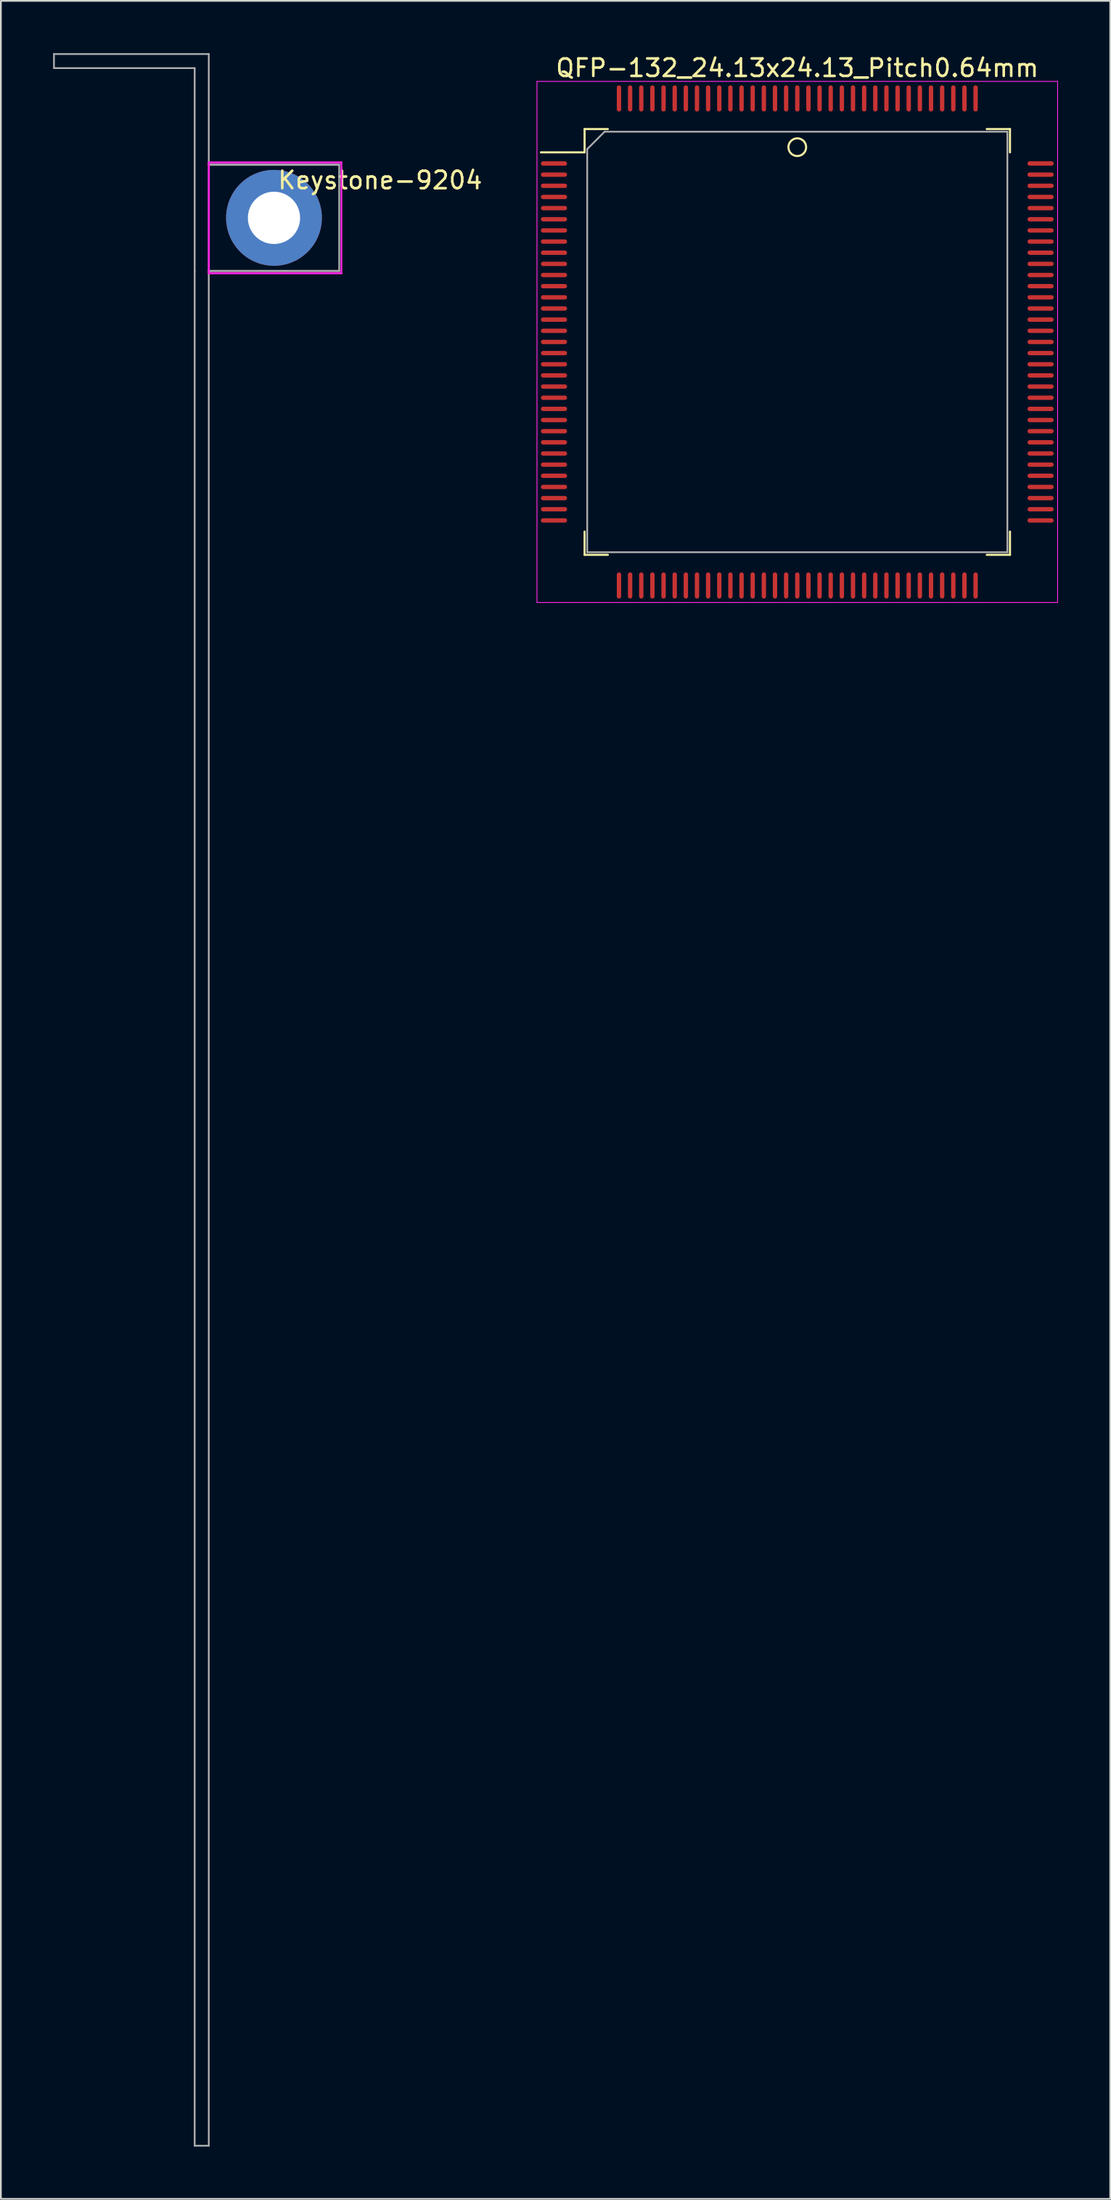
<source format=kicad_pcb>
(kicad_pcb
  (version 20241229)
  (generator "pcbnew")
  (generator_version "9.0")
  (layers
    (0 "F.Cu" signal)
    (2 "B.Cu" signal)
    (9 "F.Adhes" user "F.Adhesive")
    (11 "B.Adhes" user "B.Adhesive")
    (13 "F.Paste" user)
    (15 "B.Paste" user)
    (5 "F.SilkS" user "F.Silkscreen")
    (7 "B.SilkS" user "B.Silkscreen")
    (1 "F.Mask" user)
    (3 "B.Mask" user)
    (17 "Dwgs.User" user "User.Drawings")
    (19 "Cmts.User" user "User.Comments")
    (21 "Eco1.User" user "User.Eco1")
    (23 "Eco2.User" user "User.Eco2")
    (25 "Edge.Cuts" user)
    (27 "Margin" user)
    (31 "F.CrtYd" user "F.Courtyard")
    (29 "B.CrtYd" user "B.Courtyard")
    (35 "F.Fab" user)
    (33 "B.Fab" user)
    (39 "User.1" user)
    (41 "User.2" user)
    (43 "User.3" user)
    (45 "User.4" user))
  (footprint "QFP-132_24.13x24.13_Pitch0.64mm"
    (layer "F.Cu")
    (at 42.738 16.571)
    (property "Reference" "QFP-132_24.13x24.13_Pitch0.64mm" (at 0 -15.723 0) (layer "F.SilkS") (effects (font (size 1 1) (thickness 0.15))))
    (attr through_hole)
    (fp_line (start -12.215 -12.215) (end -12.215 -10.88) (stroke (width 0.12) (type solid)) (layer "F.SilkS"))
    (fp_line (start -12.215 -10.88) (end -14.723 -10.88) (stroke (width 0.12) (type solid)) (layer "F.SilkS"))
    (fp_line (start -12.215 12.215) (end -12.215 10.88) (stroke (width 0.12) (type solid)) (layer "F.SilkS"))
    (fp_line (start -10.88 -12.215) (end -12.215 -12.215) (stroke (width 0.12) (type solid)) (layer "F.SilkS"))
    (fp_line (start -10.88 12.215) (end -12.215 12.215) (stroke (width 0.12) (type solid)) (layer "F.SilkS"))
    (fp_line (start 10.88 -12.215) (end 12.215 -12.215) (stroke (width 0.12) (type solid)) (layer "F.SilkS"))
    (fp_line (start 10.88 12.215) (end 12.215 12.215) (stroke (width 0.12) (type solid)) (layer "F.SilkS"))
    (fp_line (start 12.215 -12.215) (end 12.215 -10.88) (stroke (width 0.12) (type solid)) (layer "F.SilkS"))
    (fp_line (start 12.215 12.215) (end 12.215 10.88) (stroke (width 0.12) (type solid)) (layer "F.SilkS"))
    (fp_circle (center 0 -11.176) (end 0 -11.684) (stroke (width 0.12) (type solid)) (fill no) (layer "F.SilkS"))
    (fp_line (start -14.95 -14.95) (end 14.95 -14.95) (stroke (width 0.05) (type solid)) (layer "F.CrtYd"))
    (fp_line (start -14.95 14.95) (end -14.95 -14.95) (stroke (width 0.05) (type solid)) (layer "F.CrtYd"))
    (fp_line (start 14.95 -14.95) (end 14.95 14.95) (stroke (width 0.05) (type solid)) (layer "F.CrtYd"))
    (fp_line (start 14.95 14.95) (end -14.95 14.95) (stroke (width 0.05) (type solid)) (layer "F.CrtYd"))
    (fp_line (start -12.065 -11.065) (end -12.065 12.065) (stroke (width 0.1) (type solid)) (layer "F.Fab"))
    (fp_line (start -12.065 12.065) (end 12.065 12.065) (stroke (width 0.1) (type solid)) (layer "F.Fab"))
    (fp_line (start -11.065 -12.065) (end -12.065 -11.065) (stroke (width 0.1) (type solid)) (layer "F.Fab"))
    (fp_line (start 12.065 -12.065) (end -11.065 -12.065) (stroke (width 0.1) (type solid)) (layer "F.Fab"))
    (fp_line (start 12.065 12.065) (end 12.065 -12.065) (stroke (width 0.1) (type solid)) (layer "F.Fab"))
    (pad "1" smd oval (at 0 -13.973) (size 0.25 1.5) (layers "F.Cu" "F.Mask" "F.Paste"))
    (pad "2" smd oval (at -0.64 -13.973) (size 0.25 1.5) (layers "F.Cu" "F.Mask" "F.Paste"))
    (pad "3" smd oval (at -1.28 -13.973) (size 0.25 1.5) (layers "F.Cu" "F.Mask" "F.Paste"))
    (pad "4" smd oval (at -1.92 -13.973) (size 0.25 1.5) (layers "F.Cu" "F.Mask" "F.Paste"))
    (pad "5" smd oval (at -2.56 -13.973) (size 0.25 1.5) (layers "F.Cu" "F.Mask" "F.Paste"))
    (pad "6" smd oval (at -3.2 -13.973) (size 0.25 1.5) (layers "F.Cu" "F.Mask" "F.Paste"))
    (pad "7" smd oval (at -3.84 -13.973) (size 0.25 1.5) (layers "F.Cu" "F.Mask" "F.Paste"))
    (pad "8" smd oval (at -4.48 -13.973) (size 0.25 1.5) (layers "F.Cu" "F.Mask" "F.Paste"))
    (pad "9" smd oval (at -5.12 -13.973) (size 0.25 1.5) (layers "F.Cu" "F.Mask" "F.Paste"))
    (pad "10" smd oval (at -5.76 -13.973) (size 0.25 1.5) (layers "F.Cu" "F.Mask" "F.Paste"))
    (pad "11" smd oval (at -6.4 -13.973) (size 0.25 1.5) (layers "F.Cu" "F.Mask" "F.Paste"))
    (pad "12" smd oval (at -7.04 -13.973) (size 0.25 1.5) (layers "F.Cu" "F.Mask" "F.Paste"))
    (pad "13" smd oval (at -7.68 -13.973) (size 0.25 1.5) (layers "F.Cu" "F.Mask" "F.Paste"))
    (pad "14" smd oval (at -8.32 -13.973) (size 0.25 1.5) (layers "F.Cu" "F.Mask" "F.Paste"))
    (pad "15" smd oval (at -8.96 -13.973) (size 0.25 1.5) (layers "F.Cu" "F.Mask" "F.Paste"))
    (pad "16" smd oval (at -9.6 -13.973) (size 0.25 1.5) (layers "F.Cu" "F.Mask" "F.Paste"))
    (pad "17" smd oval (at -10.24 -13.973) (size 0.25 1.5) (layers "F.Cu" "F.Mask" "F.Paste"))
    (pad "18" smd oval (at -13.973 -10.24 90) (size 0.25 1.5) (layers "F.Cu" "F.Mask" "F.Paste"))
    (pad "19" smd oval (at -13.973 -9.6 90) (size 0.25 1.5) (layers "F.Cu" "F.Mask" "F.Paste"))
    (pad "20" smd oval (at -13.973 -8.96 90) (size 0.25 1.5) (layers "F.Cu" "F.Mask" "F.Paste"))
    (pad "21" smd oval (at -13.973 -8.32 90) (size 0.25 1.5) (layers "F.Cu" "F.Mask" "F.Paste"))
    (pad "22" smd oval (at -13.973 -7.68 90) (size 0.25 1.5) (layers "F.Cu" "F.Mask" "F.Paste"))
    (pad "23" smd oval (at -13.973 -7.04 90) (size 0.25 1.5) (layers "F.Cu" "F.Mask" "F.Paste"))
    (pad "24" smd oval (at -13.973 -6.4 90) (size 0.25 1.5) (layers "F.Cu" "F.Mask" "F.Paste"))
    (pad "25" smd oval (at -13.973 -5.76 90) (size 0.25 1.5) (layers "F.Cu" "F.Mask" "F.Paste"))
    (pad "26" smd oval (at -13.973 -5.12 90) (size 0.25 1.5) (layers "F.Cu" "F.Mask" "F.Paste"))
    (pad "27" smd oval (at -13.973 -4.48 90) (size 0.25 1.5) (layers "F.Cu" "F.Mask" "F.Paste"))
    (pad "28" smd oval (at -13.973 -3.84 90) (size 0.25 1.5) (layers "F.Cu" "F.Mask" "F.Paste"))
    (pad "29" smd oval (at -13.973 -3.2 90) (size 0.25 1.5) (layers "F.Cu" "F.Mask" "F.Paste"))
    (pad "30" smd oval (at -13.973 -2.56 90) (size 0.25 1.5) (layers "F.Cu" "F.Mask" "F.Paste"))
    (pad "31" smd oval (at -13.973 -1.92 90) (size 0.25 1.5) (layers "F.Cu" "F.Mask" "F.Paste"))
    (pad "32" smd oval (at -13.973 -1.28 90) (size 0.25 1.5) (layers "F.Cu" "F.Mask" "F.Paste"))
    (pad "33" smd oval (at -13.973 -0.64 90) (size 0.25 1.5) (layers "F.Cu" "F.Mask" "F.Paste"))
    (pad "34" smd oval (at -13.973 0 90) (size 0.25 1.5) (layers "F.Cu" "F.Mask" "F.Paste"))
    (pad "35" smd oval (at -13.973 0.64 90) (size 0.25 1.5) (layers "F.Cu" "F.Mask" "F.Paste"))
    (pad "36" smd oval (at -13.973 1.28 90) (size 0.25 1.5) (layers "F.Cu" "F.Mask" "F.Paste"))
    (pad "37" smd oval (at -13.973 1.92 90) (size 0.25 1.5) (layers "F.Cu" "F.Mask" "F.Paste"))
    (pad "38" smd oval (at -13.973 2.56 90) (size 0.25 1.5) (layers "F.Cu" "F.Mask" "F.Paste"))
    (pad "39" smd oval (at -13.973 3.2 90) (size 0.25 1.5) (layers "F.Cu" "F.Mask" "F.Paste"))
    (pad "40" smd oval (at -13.973 3.84 90) (size 0.25 1.5) (layers "F.Cu" "F.Mask" "F.Paste"))
    (pad "41" smd oval (at -13.973 4.48 90) (size 0.25 1.5) (layers "F.Cu" "F.Mask" "F.Paste"))
    (pad "42" smd oval (at -13.973 5.12 90) (size 0.25 1.5) (layers "F.Cu" "F.Mask" "F.Paste"))
    (pad "43" smd oval (at -13.973 5.76 90) (size 0.25 1.5) (layers "F.Cu" "F.Mask" "F.Paste"))
    (pad "44" smd oval (at -13.973 6.4 90) (size 0.25 1.5) (layers "F.Cu" "F.Mask" "F.Paste"))
    (pad "45" smd oval (at -13.973 7.04 90) (size 0.25 1.5) (layers "F.Cu" "F.Mask" "F.Paste"))
    (pad "46" smd oval (at -13.973 7.68 90) (size 0.25 1.5) (layers "F.Cu" "F.Mask" "F.Paste"))
    (pad "47" smd oval (at -13.973 8.32 90) (size 0.25 1.5) (layers "F.Cu" "F.Mask" "F.Paste"))
    (pad "48" smd oval (at -13.973 8.96 90) (size 0.25 1.5) (layers "F.Cu" "F.Mask" "F.Paste"))
    (pad "49" smd oval (at -13.973 9.6 90) (size 0.25 1.5) (layers "F.Cu" "F.Mask" "F.Paste"))
    (pad "50" smd oval (at -13.973 10.24 90) (size 0.25 1.5) (layers "F.Cu" "F.Mask" "F.Paste"))
    (pad "51" smd oval (at -10.24 13.973) (size 0.25 1.5) (layers "F.Cu" "F.Mask" "F.Paste"))
    (pad "52" smd oval (at -9.6 13.973) (size 0.25 1.5) (layers "F.Cu" "F.Mask" "F.Paste"))
    (pad "53" smd oval (at -8.96 13.973) (size 0.25 1.5) (layers "F.Cu" "F.Mask" "F.Paste"))
    (pad "54" smd oval (at -8.32 13.973) (size 0.25 1.5) (layers "F.Cu" "F.Mask" "F.Paste"))
    (pad "55" smd oval (at -7.68 13.973) (size 0.25 1.5) (layers "F.Cu" "F.Mask" "F.Paste"))
    (pad "56" smd oval (at -7.04 13.973) (size 0.25 1.5) (layers "F.Cu" "F.Mask" "F.Paste"))
    (pad "57" smd oval (at -6.4 13.973) (size 0.25 1.5) (layers "F.Cu" "F.Mask" "F.Paste"))
    (pad "58" smd oval (at -5.76 13.973) (size 0.25 1.5) (layers "F.Cu" "F.Mask" "F.Paste"))
    (pad "59" smd oval (at -5.12 13.973) (size 0.25 1.5) (layers "F.Cu" "F.Mask" "F.Paste"))
    (pad "60" smd oval (at -4.48 13.973) (size 0.25 1.5) (layers "F.Cu" "F.Mask" "F.Paste"))
    (pad "61" smd oval (at -3.84 13.973) (size 0.25 1.5) (layers "F.Cu" "F.Mask" "F.Paste"))
    (pad "62" smd oval (at -3.2 13.973) (size 0.25 1.5) (layers "F.Cu" "F.Mask" "F.Paste"))
    (pad "63" smd oval (at -2.56 13.973) (size 0.25 1.5) (layers "F.Cu" "F.Mask" "F.Paste"))
    (pad "64" smd oval (at -1.92 13.973) (size 0.25 1.5) (layers "F.Cu" "F.Mask" "F.Paste"))
    (pad "65" smd oval (at -1.28 13.973) (size 0.25 1.5) (layers "F.Cu" "F.Mask" "F.Paste"))
    (pad "66" smd oval (at -0.64 13.973) (size 0.25 1.5) (layers "F.Cu" "F.Mask" "F.Paste"))
    (pad "67" smd oval (at 0 13.973) (size 0.25 1.5) (layers "F.Cu" "F.Mask" "F.Paste"))
    (pad "68" smd oval (at 0.64 13.973) (size 0.25 1.5) (layers "F.Cu" "F.Mask" "F.Paste"))
    (pad "69" smd oval (at 1.28 13.973) (size 0.25 1.5) (layers "F.Cu" "F.Mask" "F.Paste"))
    (pad "70" smd oval (at 1.92 13.973) (size 0.25 1.5) (layers "F.Cu" "F.Mask" "F.Paste"))
    (pad "71" smd oval (at 2.56 13.973) (size 0.25 1.5) (layers "F.Cu" "F.Mask" "F.Paste"))
    (pad "72" smd oval (at 3.2 13.973) (size 0.25 1.5) (layers "F.Cu" "F.Mask" "F.Paste"))
    (pad "73" smd oval (at 3.84 13.973) (size 0.25 1.5) (layers "F.Cu" "F.Mask" "F.Paste"))
    (pad "74" smd oval (at 4.48 13.973) (size 0.25 1.5) (layers "F.Cu" "F.Mask" "F.Paste"))
    (pad "75" smd oval (at 5.12 13.973) (size 0.25 1.5) (layers "F.Cu" "F.Mask" "F.Paste"))
    (pad "76" smd oval (at 5.76 13.973) (size 0.25 1.5) (layers "F.Cu" "F.Mask" "F.Paste"))
    (pad "77" smd oval (at 6.4 13.973) (size 0.25 1.5) (layers "F.Cu" "F.Mask" "F.Paste"))
    (pad "78" smd oval (at 7.04 13.973) (size 0.25 1.5) (layers "F.Cu" "F.Mask" "F.Paste"))
    (pad "79" smd oval (at 7.68 13.973) (size 0.25 1.5) (layers "F.Cu" "F.Mask" "F.Paste"))
    (pad "80" smd oval (at 8.32 13.973) (size 0.25 1.5) (layers "F.Cu" "F.Mask" "F.Paste"))
    (pad "81" smd oval (at 8.96 13.973) (size 0.25 1.5) (layers "F.Cu" "F.Mask" "F.Paste"))
    (pad "82" smd oval (at 9.6 13.973) (size 0.25 1.5) (layers "F.Cu" "F.Mask" "F.Paste"))
    (pad "83" smd oval (at 10.24 13.973) (size 0.25 1.5) (layers "F.Cu" "F.Mask" "F.Paste"))
    (pad "84" smd oval (at 13.973 10.24 90) (size 0.25 1.5) (layers "F.Cu" "F.Mask" "F.Paste"))
    (pad "85" smd oval (at 13.973 9.6 90) (size 0.25 1.5) (layers "F.Cu" "F.Mask" "F.Paste"))
    (pad "86" smd oval (at 13.973 8.96 90) (size 0.25 1.5) (layers "F.Cu" "F.Mask" "F.Paste"))
    (pad "87" smd oval (at 13.973 8.32 90) (size 0.25 1.5) (layers "F.Cu" "F.Mask" "F.Paste"))
    (pad "88" smd oval (at 13.973 7.68 90) (size 0.25 1.5) (layers "F.Cu" "F.Mask" "F.Paste"))
    (pad "89" smd oval (at 13.973 7.04 90) (size 0.25 1.5) (layers "F.Cu" "F.Mask" "F.Paste"))
    (pad "90" smd oval (at 13.973 6.4 90) (size 0.25 1.5) (layers "F.Cu" "F.Mask" "F.Paste"))
    (pad "91" smd oval (at 13.973 5.76 90) (size 0.25 1.5) (layers "F.Cu" "F.Mask" "F.Paste"))
    (pad "92" smd oval (at 13.973 5.12 90) (size 0.25 1.5) (layers "F.Cu" "F.Mask" "F.Paste"))
    (pad "93" smd oval (at 13.973 4.48 90) (size 0.25 1.5) (layers "F.Cu" "F.Mask" "F.Paste"))
    (pad "94" smd oval (at 13.973 3.84 90) (size 0.25 1.5) (layers "F.Cu" "F.Mask" "F.Paste"))
    (pad "95" smd oval (at 13.973 3.2 90) (size 0.25 1.5) (layers "F.Cu" "F.Mask" "F.Paste"))
    (pad "96" smd oval (at 13.973 2.56 90) (size 0.25 1.5) (layers "F.Cu" "F.Mask" "F.Paste"))
    (pad "97" smd oval (at 13.973 1.92 90) (size 0.25 1.5) (layers "F.Cu" "F.Mask" "F.Paste"))
    (pad "98" smd oval (at 13.973 1.28 90) (size 0.25 1.5) (layers "F.Cu" "F.Mask" "F.Paste"))
    (pad "99" smd oval (at 13.973 0.64 90) (size 0.25 1.5) (layers "F.Cu" "F.Mask" "F.Paste"))
    (pad "100" smd oval (at 13.973 0 90) (size 0.25 1.5) (layers "F.Cu" "F.Mask" "F.Paste"))
    (pad "101" smd oval (at 13.973 -0.64 90) (size 0.25 1.5) (layers "F.Cu" "F.Mask" "F.Paste"))
    (pad "102" smd oval (at 13.973 -1.28 90) (size 0.25 1.5) (layers "F.Cu" "F.Mask" "F.Paste"))
    (pad "103" smd oval (at 13.973 -1.92 90) (size 0.25 1.5) (layers "F.Cu" "F.Mask" "F.Paste"))
    (pad "104" smd oval (at 13.973 -2.56 90) (size 0.25 1.5) (layers "F.Cu" "F.Mask" "F.Paste"))
    (pad "105" smd oval (at 13.973 -3.2 90) (size 0.25 1.5) (layers "F.Cu" "F.Mask" "F.Paste"))
    (pad "106" smd oval (at 13.973 -3.84 90) (size 0.25 1.5) (layers "F.Cu" "F.Mask" "F.Paste"))
    (pad "107" smd oval (at 13.973 -4.48 90) (size 0.25 1.5) (layers "F.Cu" "F.Mask" "F.Paste"))
    (pad "108" smd oval (at 13.973 -5.12 90) (size 0.25 1.5) (layers "F.Cu" "F.Mask" "F.Paste"))
    (pad "109" smd oval (at 13.973 -5.76 90) (size 0.25 1.5) (layers "F.Cu" "F.Mask" "F.Paste"))
    (pad "110" smd oval (at 13.973 -6.4 90) (size 0.25 1.5) (layers "F.Cu" "F.Mask" "F.Paste"))
    (pad "111" smd oval (at 13.973 -7.04 90) (size 0.25 1.5) (layers "F.Cu" "F.Mask" "F.Paste"))
    (pad "112" smd oval (at 13.973 -7.68 90) (size 0.25 1.5) (layers "F.Cu" "F.Mask" "F.Paste"))
    (pad "113" smd oval (at 13.973 -8.32 90) (size 0.25 1.5) (layers "F.Cu" "F.Mask" "F.Paste"))
    (pad "114" smd oval (at 13.973 -8.96 90) (size 0.25 1.5) (layers "F.Cu" "F.Mask" "F.Paste"))
    (pad "115" smd oval (at 13.973 -9.6 90) (size 0.25 1.5) (layers "F.Cu" "F.Mask" "F.Paste"))
    (pad "116" smd oval (at 13.973 -10.24 90) (size 0.25 1.5) (layers "F.Cu" "F.Mask" "F.Paste"))
    (pad "117" smd oval (at 10.24 -13.973) (size 0.25 1.5) (layers "F.Cu" "F.Mask" "F.Paste"))
    (pad "118" smd oval (at 9.6 -13.973) (size 0.25 1.5) (layers "F.Cu" "F.Mask" "F.Paste"))
    (pad "119" smd oval (at 8.96 -13.973) (size 0.25 1.5) (layers "F.Cu" "F.Mask" "F.Paste"))
    (pad "120" smd oval (at 8.32 -13.973) (size 0.25 1.5) (layers "F.Cu" "F.Mask" "F.Paste"))
    (pad "121" smd oval (at 7.68 -13.973) (size 0.25 1.5) (layers "F.Cu" "F.Mask" "F.Paste"))
    (pad "122" smd oval (at 7.04 -13.973) (size 0.25 1.5) (layers "F.Cu" "F.Mask" "F.Paste"))
    (pad "123" smd oval (at 6.4 -13.973) (size 0.25 1.5) (layers "F.Cu" "F.Mask" "F.Paste"))
    (pad "124" smd oval (at 5.76 -13.973) (size 0.25 1.5) (layers "F.Cu" "F.Mask" "F.Paste"))
    (pad "125" smd oval (at 5.12 -13.973) (size 0.25 1.5) (layers "F.Cu" "F.Mask" "F.Paste"))
    (pad "126" smd oval (at 4.48 -13.973) (size 0.25 1.5) (layers "F.Cu" "F.Mask" "F.Paste"))
    (pad "127" smd oval (at 3.84 -13.973) (size 0.25 1.5) (layers "F.Cu" "F.Mask" "F.Paste"))
    (pad "128" smd oval (at 3.2 -13.973) (size 0.25 1.5) (layers "F.Cu" "F.Mask" "F.Paste"))
    (pad "129" smd oval (at 2.56 -13.973) (size 0.25 1.5) (layers "F.Cu" "F.Mask" "F.Paste"))
    (pad "130" smd oval (at 1.92 -13.973) (size 0.25 1.5) (layers "F.Cu" "F.Mask" "F.Paste"))
    (pad "131" smd oval (at 1.28 -13.973) (size 0.25 1.5) (layers "F.Cu" "F.Mask" "F.Paste"))
    (pad "132" smd oval (at 0.64 -13.973) (size 0.25 1.5) (layers "F.Cu" "F.Mask" "F.Paste")))
  (footprint "Keystone-9204"
    (layer "F.Cu")
    (at 12.685 9.45)
    (property "Reference" "Keystone-9204" (at 6.096 -2.159 0) (unlocked yes) (layer "F.SilkS") (effects (font (size 1 1) (thickness 0.15))))
    (attr through_hole)
    (fp_line (start -3.745 -3.177) (end -3.745 3.177) (stroke (width 0.12) (type solid)) (layer "F.CrtYd"))
    (fp_line (start 3.872 -3.177) (end -3.745 -3.177) (stroke (width 0.12) (type solid)) (layer "F.CrtYd"))
    (fp_line (start 3.872 -3.177) (end 3.872 3.177) (stroke (width 0.1) (type solid)) (layer "F.CrtYd"))
    (fp_line (start 3.872 3.177) (end -3.745 3.177) (stroke (width 0.12) (type solid)) (layer "F.CrtYd"))
    (fp_line (start -12.635 -9.4) (end -12.635 -8.59) (stroke (width 0.1) (type solid)) (layer "F.Fab"))
    (fp_line (start -4.555 -8.59) (end -12.635 -8.59) (stroke (width 0.1) (type solid)) (layer "F.Fab"))
    (fp_line (start -4.555 3.05) (end -4.555 -8.59) (stroke (width 0.1) (type solid)) (layer "F.Fab"))
    (fp_line (start -4.555 3.05) (end -4.555 110.62) (stroke (width 0.1) (type solid)) (layer "F.Fab"))
    (fp_line (start -4.555 110.62) (end -3.745 110.62) (stroke (width 0.1) (type solid)) (layer "F.Fab"))
    (fp_line (start -3.745 -9.4) (end -12.635 -9.4) (stroke (width 0.1) (type solid)) (layer "F.Fab"))
    (fp_line (start -3.745 -3.05) (end -3.745 -9.4) (stroke (width 0.1) (type solid)) (layer "F.Fab"))
    (fp_line (start -3.745 3.05) (end -3.745 110.62) (stroke (width 0.1) (type solid)) (layer "F.Fab"))
    (fp_line (start 3.745 -3.05) (end -3.745 -3.05) (stroke (width 0.12) (type solid)) (layer "F.Fab"))
    (fp_line (start 3.745 -3.05) (end 3.745 3.05) (stroke (width 0.1) (type solid)) (layer "F.Fab"))
    (fp_line (start 3.745 3.05) (end -3.745 3.05) (stroke (width 0.12) (type solid)) (layer "F.Fab"))
    (pad "1" thru_hole circle (at 0 0) (size 5.5 5.5) (drill 3) (layers "*.Cu" "*.Mask")))
  (gr_rect
    (start -3 -3)
    (end 60.713 123.12)
    (stroke (width 0.1) (type default))
    (fill no)
    (layer "Edge.Cuts")))
</source>
